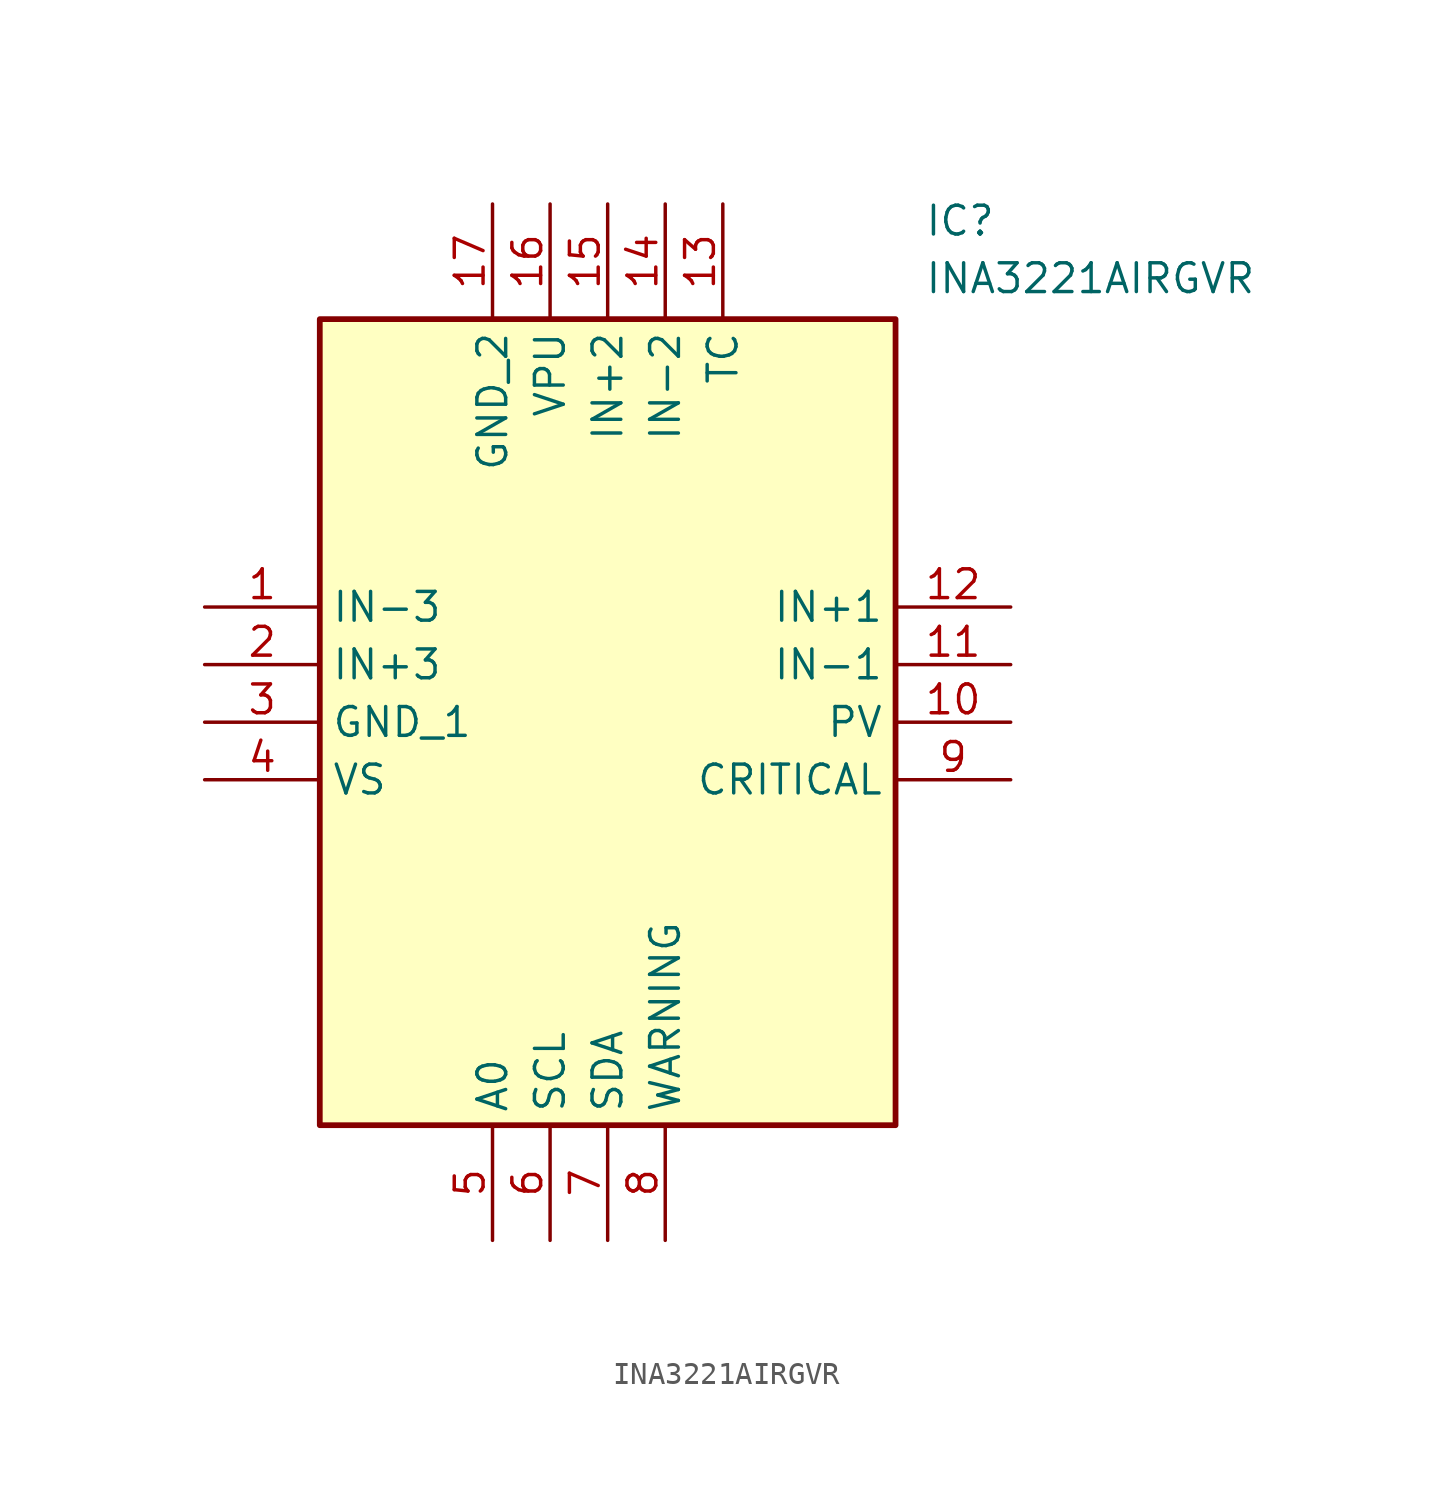
<source format=kicad_sym>
(kicad_symbol_lib
  (version 20211014)
  (generator SamacSys_ECAD_Model)
  (symbol "INA3221AIRGVR"
    (property "Reference" "IC"
      (at 31.75 17.78 0)
      (effects (font (size 1.27 1.27)) (justify left top)))
    (property "Value" "INA3221AIRGVR"
      (at 31.75 15.24 0)
      (effects (font (size 1.27 1.27)) (justify left top)))
    (rectangle
      (start 5.08 12.7)
      (end 30.48 -22.86)
      (stroke (width 0.254) (type default))
      (fill (type background)))
    (pin passive line
      (at 0 0 0)
      (length 5.08)
      (name "IN-3" (effects (font (size 1.27 1.27))))
      (number "1" (effects (font (size 1.27 1.27)))))
    (pin passive line
      (at 0 -2.54 0)
      (length 5.08)
      (name "IN+3" (effects (font (size 1.27 1.27))))
      (number "2" (effects (font (size 1.27 1.27)))))
    (pin passive line
      (at 0 -5.08 0)
      (length 5.08)
      (name "GND_1" (effects (font (size 1.27 1.27))))
      (number "3" (effects (font (size 1.27 1.27)))))
    (pin passive line
      (at 0 -7.62 0)
      (length 5.08)
      (name "VS" (effects (font (size 1.27 1.27))))
      (number "4" (effects (font (size 1.27 1.27)))))
    (pin passive line
      (at 12.7 -27.94 90)
      (length 5.08)
      (name "A0" (effects (font (size 1.27 1.27))))
      (number "5" (effects (font (size 1.27 1.27)))))
    (pin passive line
      (at 15.24 -27.94 90)
      (length 5.08)
      (name "SCL" (effects (font (size 1.27 1.27))))
      (number "6" (effects (font (size 1.27 1.27)))))
    (pin passive line
      (at 17.78 -27.94 90)
      (length 5.08)
      (name "SDA" (effects (font (size 1.27 1.27))))
      (number "7" (effects (font (size 1.27 1.27)))))
    (pin passive line
      (at 20.32 -27.94 90)
      (length 5.08)
      (name "WARNING" (effects (font (size 1.27 1.27))))
      (number "8" (effects (font (size 1.27 1.27)))))
    (pin passive line
      (at 35.56 0 180)
      (length 5.08)
      (name "IN+1" (effects (font (size 1.27 1.27))))
      (number "12" (effects (font (size 1.27 1.27)))))
    (pin passive line
      (at 35.56 -2.54 180)
      (length 5.08)
      (name "IN-1" (effects (font (size 1.27 1.27))))
      (number "11" (effects (font (size 1.27 1.27)))))
    (pin passive line
      (at 35.56 -5.08 180)
      (length 5.08)
      (name "PV" (effects (font (size 1.27 1.27))))
      (number "10" (effects (font (size 1.27 1.27)))))
    (pin passive line
      (at 35.56 -7.62 180)
      (length 5.08)
      (name "CRITICAL" (effects (font (size 1.27 1.27))))
      (number "9" (effects (font (size 1.27 1.27)))))
    (pin passive line
      (at 12.7 17.78 270)
      (length 5.08)
      (name "GND_2" (effects (font (size 1.27 1.27))))
      (number "17" (effects (font (size 1.27 1.27)))))
    (pin passive line
      (at 15.24 17.78 270)
      (length 5.08)
      (name "VPU" (effects (font (size 1.27 1.27))))
      (number "16" (effects (font (size 1.27 1.27)))))
    (pin passive line
      (at 17.78 17.78 270)
      (length 5.08)
      (name "IN+2" (effects (font (size 1.27 1.27))))
      (number "15" (effects (font (size 1.27 1.27)))))
    (pin passive line
      (at 20.32 17.78 270)
      (length 5.08)
      (name "IN-2" (effects (font (size 1.27 1.27))))
      (number "14" (effects (font (size 1.27 1.27)))))
    (pin passive line
      (at 22.86 17.78 270)
      (length 5.08)
      (name "TC" (effects (font (size 1.27 1.27))))
      (number "13" (effects (font (size 1.27 1.27)))))))
</source>
